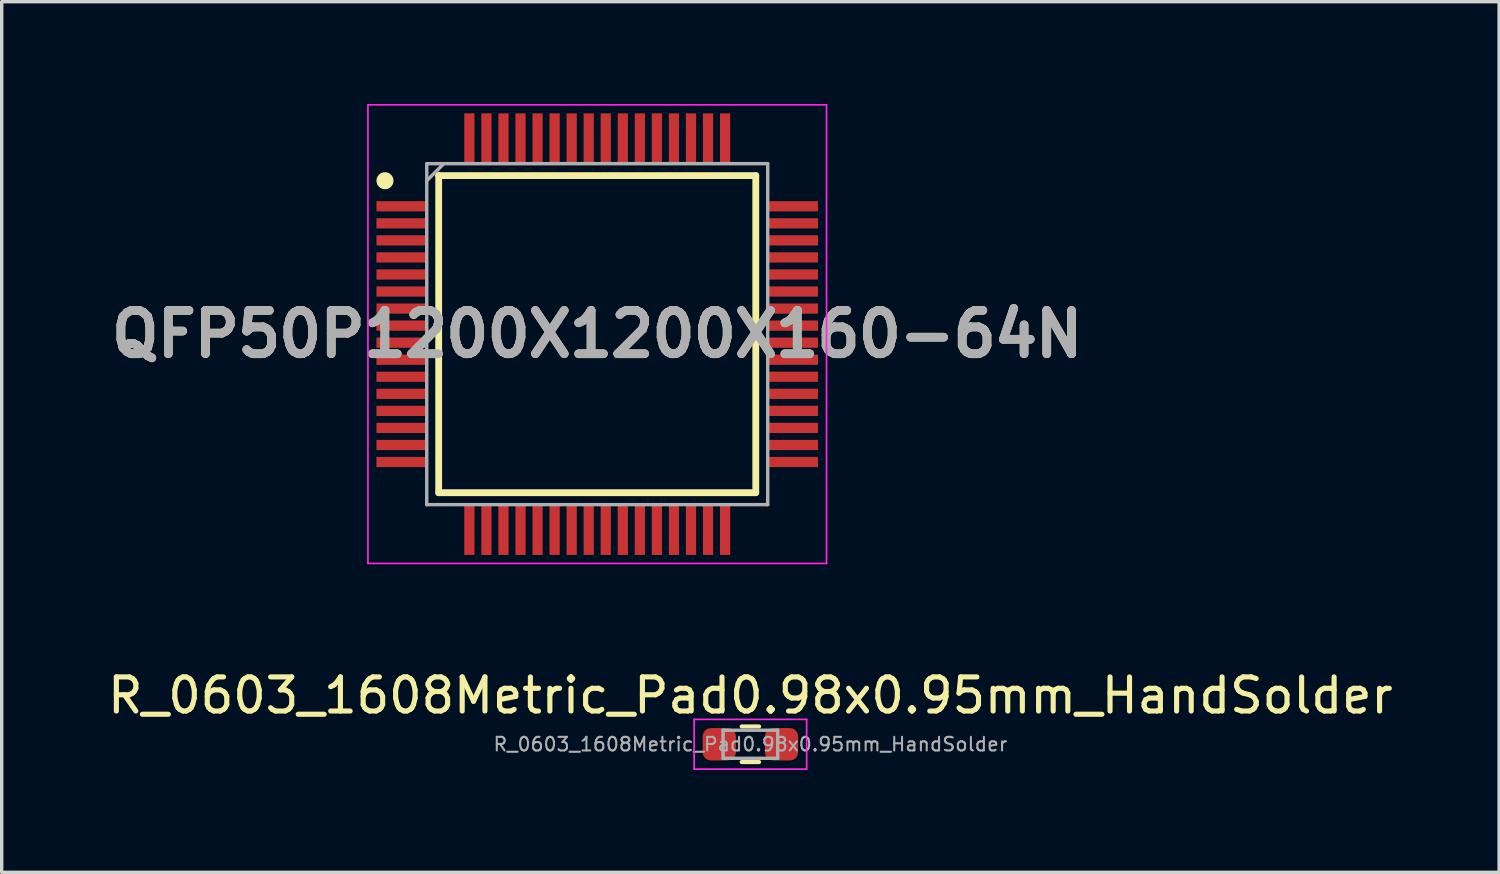
<source format=kicad_pcb>
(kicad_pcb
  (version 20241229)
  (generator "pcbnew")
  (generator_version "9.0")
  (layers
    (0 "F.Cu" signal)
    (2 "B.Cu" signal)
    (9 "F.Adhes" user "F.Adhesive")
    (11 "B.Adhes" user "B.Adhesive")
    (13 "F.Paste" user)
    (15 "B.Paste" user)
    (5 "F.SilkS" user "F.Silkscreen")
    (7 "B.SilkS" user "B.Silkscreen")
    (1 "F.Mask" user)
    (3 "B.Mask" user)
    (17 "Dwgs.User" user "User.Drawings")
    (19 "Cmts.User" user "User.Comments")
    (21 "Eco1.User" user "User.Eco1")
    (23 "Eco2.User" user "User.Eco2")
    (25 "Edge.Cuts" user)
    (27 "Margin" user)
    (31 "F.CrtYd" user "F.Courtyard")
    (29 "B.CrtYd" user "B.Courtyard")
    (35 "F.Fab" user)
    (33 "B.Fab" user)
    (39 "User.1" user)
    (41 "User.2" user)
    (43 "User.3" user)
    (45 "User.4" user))
  (footprint "R_0603_1608Metric_Pad0.98x0.95mm_HandSolder"
    (layer "F.Cu")
    (at 18.958 18.778)
    (property "Reference" "R_0603_1608Metric_Pad0.98x0.95mm_HandSolder" (at 0 -1.43 0) (layer "F.SilkS") (effects (font (size 1 1) (thickness 0.15))))
    (attr smd)
    (fp_line (start -0.255 -0.522) (end 0.255 -0.522) (stroke (width 0.12) (type solid)) (layer "F.SilkS"))
    (fp_line (start -0.255 0.522) (end 0.255 0.522) (stroke (width 0.12) (type solid)) (layer "F.SilkS"))
    (fp_line (start -1.65 -0.73) (end 1.65 -0.73) (stroke (width 0.05) (type solid)) (layer "F.CrtYd"))
    (fp_line (start -1.65 0.73) (end -1.65 -0.73) (stroke (width 0.05) (type solid)) (layer "F.CrtYd"))
    (fp_line (start 1.65 -0.73) (end 1.65 0.73) (stroke (width 0.05) (type solid)) (layer "F.CrtYd"))
    (fp_line (start 1.65 0.73) (end -1.65 0.73) (stroke (width 0.05) (type solid)) (layer "F.CrtYd"))
    (fp_line (start -0.8 -0.412) (end 0.8 -0.412) (stroke (width 0.1) (type solid)) (layer "F.Fab"))
    (fp_line (start -0.8 0.412) (end -0.8 -0.412) (stroke (width 0.1) (type solid)) (layer "F.Fab"))
    (fp_line (start 0.8 -0.412) (end 0.8 0.412) (stroke (width 0.1) (type solid)) (layer "F.Fab"))
    (fp_line (start 0.8 0.412) (end -0.8 0.412) (stroke (width 0.1) (type solid)) (layer "F.Fab"))
    (fp_text user "${REFERENCE}" (at 0 0 0) (layer "F.Fab") (effects (font (size 0.4 0.4) (thickness 0.06))))
    (pad "1" smd roundrect (at -0.912 0 180) (size 0.975 0.95) (layers "F.Cu" "F.Mask" "F.Paste") (roundrect_rratio 0.25))
    (pad "2" smd roundrect (at 0.912 0 180) (size 0.975 0.95) (layers "F.Cu" "F.Mask" "F.Paste") (roundrect_rratio 0.25)))
  (footprint "QFP50P1200X1200X160-64N"
    (layer "F.Cu")
    (at 14.466 6.75)
    (property "Reference" "QFP50P1200X1200X160-64N" (at 0 0 180) (layer "F.SilkS") (effects (font (size 1.27 1.27) (thickness 0.254))))
    (attr smd)
    (fp_line (start -4.65 -4.65) (end 4.65 -4.65) (stroke (width 0.2) (type solid)) (layer "F.SilkS"))
    (fp_line (start -4.65 4.65) (end -4.65 -4.65) (stroke (width 0.2) (type solid)) (layer "F.SilkS"))
    (fp_line (start 4.65 -4.65) (end 4.65 4.65) (stroke (width 0.2) (type solid)) (layer "F.SilkS"))
    (fp_line (start 4.65 4.65) (end -4.65 4.65) (stroke (width 0.2) (type solid)) (layer "F.SilkS"))
    (fp_circle (center -6.225 -4.5) (end -6.225 -4.375) (stroke (width 0.25) (type solid)) (fill no) (layer "F.SilkS"))
    (fp_line (start -6.725 -6.725) (end 6.725 -6.725) (stroke (width 0.05) (type solid)) (layer "F.CrtYd"))
    (fp_line (start -6.725 6.725) (end -6.725 -6.725) (stroke (width 0.05) (type solid)) (layer "F.CrtYd"))
    (fp_line (start 6.725 -6.725) (end 6.725 6.725) (stroke (width 0.05) (type solid)) (layer "F.CrtYd"))
    (fp_line (start 6.725 6.725) (end -6.725 6.725) (stroke (width 0.05) (type solid)) (layer "F.CrtYd"))
    (fp_line (start -5 -5) (end 5 -5) (stroke (width 0.1) (type solid)) (layer "F.Fab"))
    (fp_line (start -5 -4.5) (end -4.5 -5) (stroke (width 0.1) (type solid)) (layer "F.Fab"))
    (fp_line (start -5 5) (end -5 -5) (stroke (width 0.1) (type solid)) (layer "F.Fab"))
    (fp_line (start 5 -5) (end 5 5) (stroke (width 0.1) (type solid)) (layer "F.Fab"))
    (fp_line (start 5 5) (end -5 5) (stroke (width 0.1) (type solid)) (layer "F.Fab"))
    (fp_text user "${REFERENCE}" (at 0 0 180) (layer "F.Fab") (effects (font (size 1.27 1.27) (thickness 0.254))))
    (pad "1" smd rect (at -5.738 -3.75 90) (size 0.3 1.475) (layers "F.Cu" "F.Mask" "F.Paste"))
    (pad "2" smd rect (at -5.738 -3.25 90) (size 0.3 1.475) (layers "F.Cu" "F.Mask" "F.Paste"))
    (pad "3" smd rect (at -5.738 -2.75 90) (size 0.3 1.475) (layers "F.Cu" "F.Mask" "F.Paste"))
    (pad "4" smd rect (at -5.738 -2.25 90) (size 0.3 1.475) (layers "F.Cu" "F.Mask" "F.Paste"))
    (pad "5" smd rect (at -5.738 -1.75 90) (size 0.3 1.475) (layers "F.Cu" "F.Mask" "F.Paste"))
    (pad "6" smd rect (at -5.738 -1.25 90) (size 0.3 1.475) (layers "F.Cu" "F.Mask" "F.Paste"))
    (pad "7" smd rect (at -5.738 -0.75 90) (size 0.3 1.475) (layers "F.Cu" "F.Mask" "F.Paste"))
    (pad "8" smd rect (at -5.738 -0.25 90) (size 0.3 1.475) (layers "F.Cu" "F.Mask" "F.Paste"))
    (pad "9" smd rect (at -5.738 0.25 90) (size 0.3 1.475) (layers "F.Cu" "F.Mask" "F.Paste"))
    (pad "10" smd rect (at -5.738 0.75 90) (size 0.3 1.475) (layers "F.Cu" "F.Mask" "F.Paste"))
    (pad "11" smd rect (at -5.738 1.25 90) (size 0.3 1.475) (layers "F.Cu" "F.Mask" "F.Paste"))
    (pad "12" smd rect (at -5.738 1.75 90) (size 0.3 1.475) (layers "F.Cu" "F.Mask" "F.Paste"))
    (pad "13" smd rect (at -5.738 2.25 90) (size 0.3 1.475) (layers "F.Cu" "F.Mask" "F.Paste"))
    (pad "14" smd rect (at -5.738 2.75 90) (size 0.3 1.475) (layers "F.Cu" "F.Mask" "F.Paste"))
    (pad "15" smd rect (at -5.738 3.25 90) (size 0.3 1.475) (layers "F.Cu" "F.Mask" "F.Paste"))
    (pad "16" smd rect (at -5.738 3.75 90) (size 0.3 1.475) (layers "F.Cu" "F.Mask" "F.Paste"))
    (pad "17" smd rect (at -3.75 5.738) (size 0.3 1.475) (layers "F.Cu" "F.Mask" "F.Paste"))
    (pad "18" smd rect (at -3.25 5.738) (size 0.3 1.475) (layers "F.Cu" "F.Mask" "F.Paste"))
    (pad "19" smd rect (at -2.75 5.738) (size 0.3 1.475) (layers "F.Cu" "F.Mask" "F.Paste"))
    (pad "20" smd rect (at -2.25 5.738) (size 0.3 1.475) (layers "F.Cu" "F.Mask" "F.Paste"))
    (pad "21" smd rect (at -1.75 5.738) (size 0.3 1.475) (layers "F.Cu" "F.Mask" "F.Paste"))
    (pad "22" smd rect (at -1.25 5.738) (size 0.3 1.475) (layers "F.Cu" "F.Mask" "F.Paste"))
    (pad "23" smd rect (at -0.75 5.738) (size 0.3 1.475) (layers "F.Cu" "F.Mask" "F.Paste"))
    (pad "24" smd rect (at -0.25 5.738) (size 0.3 1.475) (layers "F.Cu" "F.Mask" "F.Paste"))
    (pad "25" smd rect (at 0.25 5.738) (size 0.3 1.475) (layers "F.Cu" "F.Mask" "F.Paste"))
    (pad "26" smd rect (at 0.75 5.738) (size 0.3 1.475) (layers "F.Cu" "F.Mask" "F.Paste"))
    (pad "27" smd rect (at 1.25 5.738) (size 0.3 1.475) (layers "F.Cu" "F.Mask" "F.Paste"))
    (pad "28" smd rect (at 1.75 5.738) (size 0.3 1.475) (layers "F.Cu" "F.Mask" "F.Paste"))
    (pad "29" smd rect (at 2.25 5.738) (size 0.3 1.475) (layers "F.Cu" "F.Mask" "F.Paste"))
    (pad "30" smd rect (at 2.75 5.738) (size 0.3 1.475) (layers "F.Cu" "F.Mask" "F.Paste"))
    (pad "31" smd rect (at 3.25 5.738) (size 0.3 1.475) (layers "F.Cu" "F.Mask" "F.Paste"))
    (pad "32" smd rect (at 3.75 5.738) (size 0.3 1.475) (layers "F.Cu" "F.Mask" "F.Paste"))
    (pad "33" smd rect (at 5.738 3.75 90) (size 0.3 1.475) (layers "F.Cu" "F.Mask" "F.Paste"))
    (pad "34" smd rect (at 5.738 3.25 90) (size 0.3 1.475) (layers "F.Cu" "F.Mask" "F.Paste"))
    (pad "35" smd rect (at 5.738 2.75 90) (size 0.3 1.475) (layers "F.Cu" "F.Mask" "F.Paste"))
    (pad "36" smd rect (at 5.738 2.25 90) (size 0.3 1.475) (layers "F.Cu" "F.Mask" "F.Paste"))
    (pad "37" smd rect (at 5.738 1.75 90) (size 0.3 1.475) (layers "F.Cu" "F.Mask" "F.Paste"))
    (pad "38" smd rect (at 5.738 1.25 90) (size 0.3 1.475) (layers "F.Cu" "F.Mask" "F.Paste"))
    (pad "39" smd rect (at 5.738 0.75 90) (size 0.3 1.475) (layers "F.Cu" "F.Mask" "F.Paste"))
    (pad "40" smd rect (at 5.738 0.25 90) (size 0.3 1.475) (layers "F.Cu" "F.Mask" "F.Paste"))
    (pad "41" smd rect (at 5.738 -0.25 90) (size 0.3 1.475) (layers "F.Cu" "F.Mask" "F.Paste"))
    (pad "42" smd rect (at 5.738 -0.75 90) (size 0.3 1.475) (layers "F.Cu" "F.Mask" "F.Paste"))
    (pad "43" smd rect (at 5.738 -1.25 90) (size 0.3 1.475) (layers "F.Cu" "F.Mask" "F.Paste"))
    (pad "44" smd rect (at 5.738 -1.75 90) (size 0.3 1.475) (layers "F.Cu" "F.Mask" "F.Paste"))
    (pad "45" smd rect (at 5.738 -2.25 90) (size 0.3 1.475) (layers "F.Cu" "F.Mask" "F.Paste"))
    (pad "46" smd rect (at 5.738 -2.75 90) (size 0.3 1.475) (layers "F.Cu" "F.Mask" "F.Paste"))
    (pad "47" smd rect (at 5.738 -3.25 90) (size 0.3 1.475) (layers "F.Cu" "F.Mask" "F.Paste"))
    (pad "48" smd rect (at 5.738 -3.75 90) (size 0.3 1.475) (layers "F.Cu" "F.Mask" "F.Paste"))
    (pad "49" smd rect (at 3.75 -5.738) (size 0.3 1.475) (layers "F.Cu" "F.Mask" "F.Paste"))
    (pad "50" smd rect (at 3.25 -5.738) (size 0.3 1.475) (layers "F.Cu" "F.Mask" "F.Paste"))
    (pad "51" smd rect (at 2.75 -5.738) (size 0.3 1.475) (layers "F.Cu" "F.Mask" "F.Paste"))
    (pad "52" smd rect (at 2.25 -5.738) (size 0.3 1.475) (layers "F.Cu" "F.Mask" "F.Paste"))
    (pad "53" smd rect (at 1.75 -5.738) (size 0.3 1.475) (layers "F.Cu" "F.Mask" "F.Paste"))
    (pad "54" smd rect (at 1.25 -5.738) (size 0.3 1.475) (layers "F.Cu" "F.Mask" "F.Paste"))
    (pad "55" smd rect (at 0.75 -5.738) (size 0.3 1.475) (layers "F.Cu" "F.Mask" "F.Paste"))
    (pad "56" smd rect (at 0.25 -5.738) (size 0.3 1.475) (layers "F.Cu" "F.Mask" "F.Paste"))
    (pad "57" smd rect (at -0.25 -5.738) (size 0.3 1.475) (layers "F.Cu" "F.Mask" "F.Paste"))
    (pad "58" smd rect (at -0.75 -5.738) (size 0.3 1.475) (layers "F.Cu" "F.Mask" "F.Paste"))
    (pad "59" smd rect (at -1.25 -5.738) (size 0.3 1.475) (layers "F.Cu" "F.Mask" "F.Paste"))
    (pad "60" smd rect (at -1.75 -5.738) (size 0.3 1.475) (layers "F.Cu" "F.Mask" "F.Paste"))
    (pad "61" smd rect (at -2.25 -5.738) (size 0.3 1.475) (layers "F.Cu" "F.Mask" "F.Paste"))
    (pad "62" smd rect (at -2.75 -5.738) (size 0.3 1.475) (layers "F.Cu" "F.Mask" "F.Paste"))
    (pad "63" smd rect (at -3.25 -5.738) (size 0.3 1.475) (layers "F.Cu" "F.Mask" "F.Paste"))
    (pad "64" smd rect (at -3.75 -5.738) (size 0.3 1.475) (layers "F.Cu" "F.Mask" "F.Paste")))
  (gr_rect
    (start -3 -3)
    (end 40.917 22.533)
    (stroke (width 0.1) (type default))
    (fill no)
    (layer "Edge.Cuts")))
</source>
